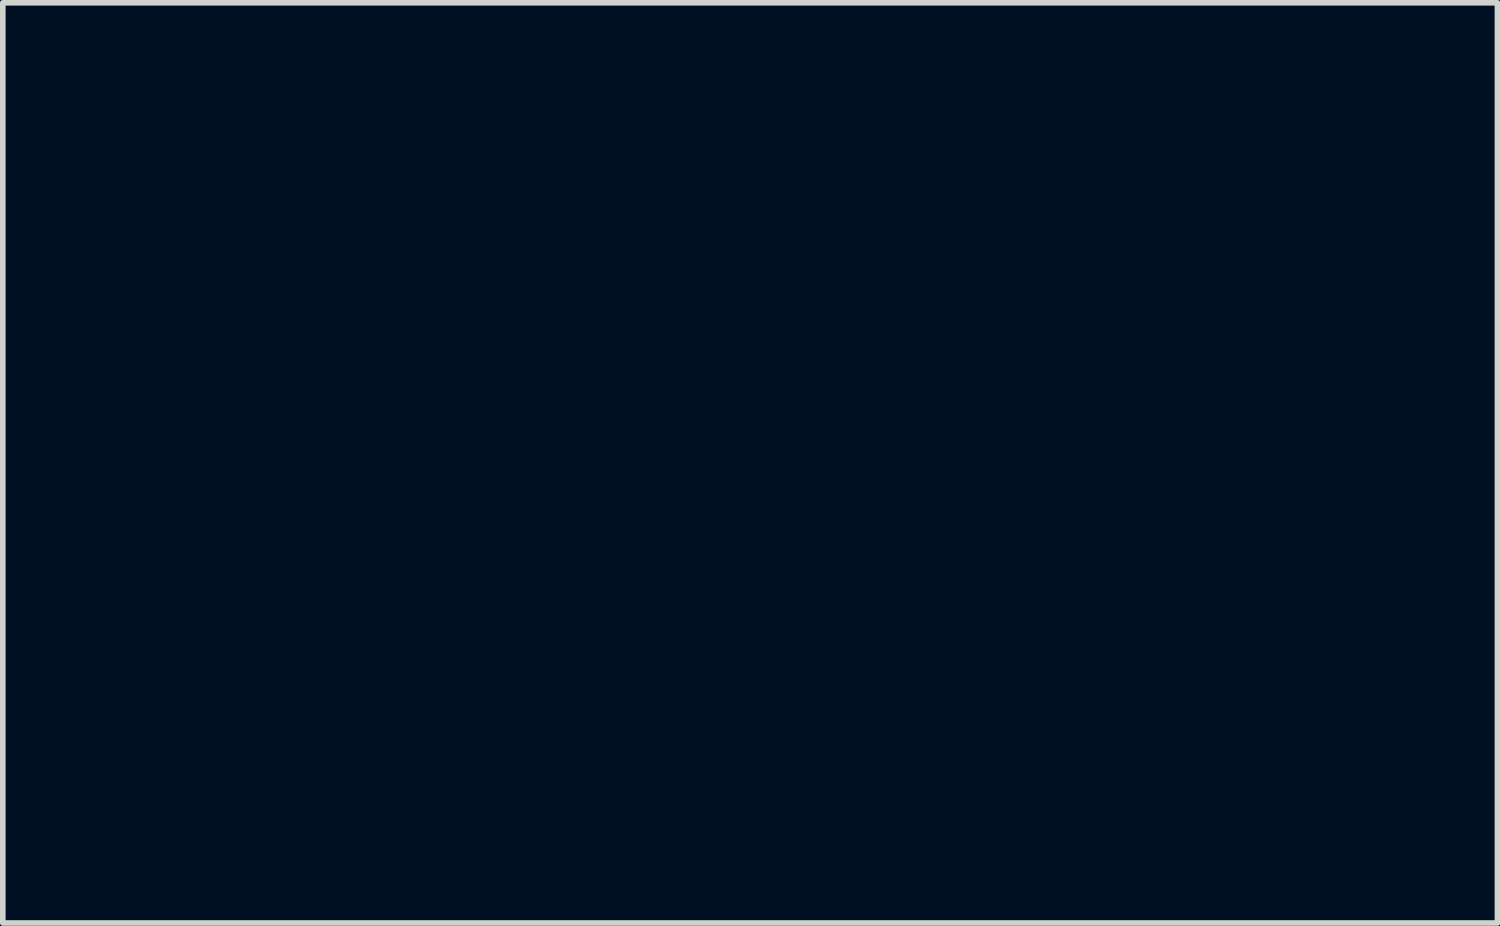
<source format=kicad_pcb>
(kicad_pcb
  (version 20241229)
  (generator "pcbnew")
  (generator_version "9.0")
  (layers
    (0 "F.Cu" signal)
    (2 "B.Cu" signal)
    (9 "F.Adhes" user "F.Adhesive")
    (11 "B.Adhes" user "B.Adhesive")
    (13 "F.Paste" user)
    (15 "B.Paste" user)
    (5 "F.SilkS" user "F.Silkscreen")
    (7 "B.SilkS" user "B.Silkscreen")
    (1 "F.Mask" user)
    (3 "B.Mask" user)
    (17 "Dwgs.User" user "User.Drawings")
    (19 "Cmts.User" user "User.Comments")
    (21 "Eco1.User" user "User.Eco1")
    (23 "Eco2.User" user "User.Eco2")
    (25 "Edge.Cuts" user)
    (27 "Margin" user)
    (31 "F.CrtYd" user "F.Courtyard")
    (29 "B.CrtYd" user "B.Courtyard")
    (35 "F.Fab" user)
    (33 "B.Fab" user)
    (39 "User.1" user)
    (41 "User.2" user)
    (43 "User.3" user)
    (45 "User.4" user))
  (footprint "skin_popn_teacup"
    (layer "F.Cu")
    (at 10.312 6.498)
    (property "Reference" "skin_popn_teacup" (at 0 -5.08 0) (layer "F.Mask") (effects (font (size 1.524 1.524) (thickness 0.3))))
    (attr through_hole)
    (fp_poly (pts (xy 0.039 -2.688) (xy 0.526 -2.67) (xy 0.726 -2.659) (xy 0.873 -2.646) (xy 1.058 -2.625) (xy 1.232 -2.601) (xy 1.394 -2.576) (xy 1.544 -2.548) (xy 1.682 -2.519) (xy 1.747 -2.504) (xy 1.808 -2.488) (xy 1.867 -2.472) (xy 1.922 -2.456) (xy 1.975 -2.439) (xy 2.024 -2.421) (xy 2.07 -2.404) (xy 2.113 -2.386) (xy 2.152 -2.367) (xy 2.189 -2.349) (xy 2.222 -2.329) (xy 2.252 -2.31) (xy 2.278 -2.29) (xy 2.302 -2.27) (xy 2.322 -2.25) (xy 2.338 -2.229) (xy 2.352 -2.208) (xy 2.361 -2.187) (xy 2.368 -2.165) (xy 2.371 -2.143) (xy 2.37 -2.121) (xy 2.366 -2.098) (xy 2.362 -2.086) (xy 2.356 -2.074) (xy 2.339 -2.05) (xy 2.315 -2.025) (xy 2.284 -1.999) (xy 2.247 -1.974) (xy 2.204 -1.949) (xy 2.155 -1.923) (xy 2.101 -1.898) (xy 2.041 -1.874) (xy 1.978 -1.85) (xy 1.909 -1.827) (xy 1.837 -1.805) (xy 1.761 -1.784) (xy 1.682 -1.764) (xy 1.6 -1.746) (xy 1.515 -1.729) (xy 1.284 -1.691) (xy 1.04 -1.658) (xy 0.787 -1.632) (xy 0.527 -1.613) (xy 0.262 -1.599) (xy -0.007 -1.591) (xy -0.276 -1.589) (xy -0.544 -1.594) (xy -0.807 -1.604) (xy -1.065 -1.62) (xy -1.315 -1.641) (xy -1.554 -1.669) (xy -1.78 -1.702) (xy -1.991 -1.741) (xy -2.185 -1.785) (xy -2.36 -1.835) (xy -2.406 -1.85) (xy -2.45 -1.865) (xy -2.492 -1.88) (xy -2.531 -1.896) (xy -2.567 -1.912) (xy -2.601 -1.927) (xy -2.632 -1.943) (xy -2.66 -1.959) (xy -2.686 -1.976) (xy -2.71 -1.992) (xy -2.731 -2.008) (xy -2.749 -2.024) (xy -2.765 -2.041) (xy -2.778 -2.058) (xy -2.789 -2.074) (xy -2.797 -2.091) (xy -2.803 -2.108) (xy -2.806 -2.125) (xy -2.806 -2.142) (xy -2.804 -2.158) (xy -2.8 -2.176) (xy -2.792 -2.193) (xy -2.783 -2.21) (xy -2.77 -2.227) (xy -2.755 -2.244) (xy -2.738 -2.261) (xy -2.717 -2.278) (xy -2.695 -2.296) (xy -2.669 -2.313) (xy -2.641 -2.33) (xy -2.611 -2.347) (xy -2.578 -2.364) (xy -2.514 -2.394) (xy -2.445 -2.423) (xy -2.37 -2.45) (xy -2.288 -2.475) (xy -2.106 -2.523) (xy -1.897 -2.565) (xy -1.66 -2.603) (xy -1.394 -2.636) (xy -1.096 -2.665) (xy -0.766 -2.69) (xy -0.632 -2.695) (xy -0.441 -2.696)) (stroke (width 0.013) (type solid)) (fill yes) (layer "F.Mask"))
    (fp_poly (pts (xy -2.261 -0.77) (xy -2.234 -0.767) (xy -2.208 -0.763) (xy -2.182 -0.756) (xy -2.157 -0.749) (xy -2.132 -0.739) (xy -2.108 -0.729) (xy -2.085 -0.717) (xy -2.062 -0.704) (xy -2.04 -0.69) (xy -2.019 -0.674) (xy -1.999 -0.657) (xy -1.979 -0.639) (xy -1.961 -0.62) (xy -1.944 -0.601) (xy -1.928 -0.58) (xy -1.913 -0.558) (xy -1.899 -0.535) (xy -1.887 -0.511) (xy -1.876 -0.487) (xy -1.867 -0.462) (xy -1.859 -0.436) (xy -1.853 -0.409) (xy -1.848 -0.382) (xy -1.845 -0.354) (xy -1.844 -0.326) (xy -1.844 -0.299) (xy -1.845 -0.273) (xy -1.847 -0.249) (xy -1.85 -0.226) (xy -1.854 -0.204) (xy -1.858 -0.183) (xy -1.864 -0.163) (xy -1.87 -0.144) (xy -1.878 -0.125) (xy -1.887 -0.107) (xy -1.897 -0.089) (xy -1.908 -0.072) (xy -1.92 -0.054) (xy -1.934 -0.036) (xy -1.949 -0.019) (xy -1.966 -0.000251) (xy -1.993 0.026) (xy -2.021 0.05) (xy -2.05 0.071) (xy -2.08 0.089) (xy -2.111 0.104) (xy -2.143 0.116) (xy -2.175 0.126) (xy -2.208 0.134) (xy -2.24 0.139) (xy -2.273 0.141) (xy -2.306 0.141) (xy -2.339 0.139) (xy -2.371 0.134) (xy -2.403 0.127) (xy -2.434 0.118) (xy -2.465 0.107) (xy -2.495 0.094) (xy -2.523 0.079) (xy -2.551 0.062) (xy -2.577 0.042) (xy -2.602 0.021) (xy -2.626 -0.001) (xy -2.648 -0.026) (xy -2.668 -0.052) (xy -2.686 -0.08) (xy -2.702 -0.11) (xy -2.716 -0.141) (xy -2.727 -0.173) (xy -2.736 -0.207) (xy -2.743 -0.242) (xy -2.747 -0.279) (xy -2.747 -0.317) (xy -2.747 -0.335) (xy -2.746 -0.354) (xy -2.744 -0.372) (xy -2.742 -0.39) (xy -2.738 -0.407) (xy -2.735 -0.424) (xy -2.731 -0.441) (xy -2.726 -0.458) (xy -2.72 -0.475) (xy -2.714 -0.491) (xy -2.708 -0.506) (xy -2.701 -0.522) (xy -2.693 -0.537) (xy -2.685 -0.552) (xy -2.676 -0.566) (xy -2.666 -0.58) (xy -2.656 -0.594) (xy -2.646 -0.607) (xy -2.635 -0.62) (xy -2.624 -0.632) (xy -2.612 -0.644) (xy -2.599 -0.656) (xy -2.586 -0.667) (xy -2.573 -0.678) (xy -2.559 -0.688) (xy -2.545 -0.697) (xy -2.53 -0.707) (xy -2.515 -0.716) (xy -2.499 -0.724) (xy -2.483 -0.732) (xy -2.466 -0.739) (xy -2.449 -0.745) (xy -2.422 -0.754) (xy -2.395 -0.762) (xy -2.368 -0.767) (xy -2.341 -0.77) (xy -2.314 -0.772) (xy -2.287 -0.772)) (stroke (width 0.013) (type solid)) (fill yes) (layer "F.Mask"))
    (fp_poly (pts (xy 1.873 -0.772) (xy 1.902 -0.77) (xy 1.931 -0.766) (xy 1.959 -0.76) (xy 1.986 -0.752) (xy 2.013 -0.743) (xy 2.04 -0.732) (xy 2.065 -0.72) (xy 2.09 -0.706) (xy 2.114 -0.691) (xy 2.138 -0.674) (xy 2.16 -0.656) (xy 2.181 -0.637) (xy 2.201 -0.617) (xy 2.219 -0.596) (xy 2.237 -0.574) (xy 2.253 -0.55) (xy 2.267 -0.526) (xy 2.28 -0.501) (xy 2.292 -0.476) (xy 2.302 -0.449) (xy 2.31 -0.422) (xy 2.316 -0.395) (xy 2.32 -0.367) (xy 2.323 -0.338) (xy 2.323 -0.309) (xy 2.322 -0.28) (xy 2.318 -0.25) (xy 2.314 -0.228) (xy 2.308 -0.206) (xy 2.302 -0.185) (xy 2.295 -0.164) (xy 2.287 -0.143) (xy 2.278 -0.124) (xy 2.268 -0.104) (xy 2.258 -0.086) (xy 2.247 -0.068) (xy 2.235 -0.05) (xy 2.222 -0.034) (xy 2.209 -0.018) (xy 2.194 -0.002) (xy 2.18 0.012) (xy 2.164 0.026) (xy 2.148 0.04) (xy 2.132 0.052) (xy 2.114 0.064) (xy 2.097 0.075) (xy 2.078 0.085) (xy 2.06 0.094) (xy 2.04 0.102) (xy 2.021 0.11) (xy 2.001 0.116) (xy 1.98 0.122) (xy 1.959 0.127) (xy 1.938 0.131) (xy 1.916 0.134) (xy 1.894 0.136) (xy 1.872 0.136) (xy 1.85 0.136) (xy 1.827 0.135) (xy 1.8 0.132) (xy 1.775 0.129) (xy 1.75 0.124) (xy 1.726 0.118) (xy 1.704 0.112) (xy 1.682 0.103) (xy 1.661 0.094) (xy 1.64 0.083) (xy 1.62 0.071) (xy 1.601 0.057) (xy 1.582 0.042) (xy 1.563 0.025) (xy 1.544 0.007) (xy 1.525 -0.014) (xy 1.507 -0.036) (xy 1.488 -0.06) (xy 1.472 -0.082) (xy 1.459 -0.106) (xy 1.447 -0.133) (xy 1.436 -0.16) (xy 1.428 -0.189) (xy 1.421 -0.219) (xy 1.416 -0.25) (xy 1.413 -0.282) (xy 1.412 -0.313) (xy 1.413 -0.345) (xy 1.415 -0.377) (xy 1.419 -0.407) (xy 1.426 -0.438) (xy 1.434 -0.467) (xy 1.444 -0.495) (xy 1.456 -0.521) (xy 1.466 -0.54) (xy 1.478 -0.559) (xy 1.492 -0.578) (xy 1.506 -0.597) (xy 1.521 -0.615) (xy 1.538 -0.632) (xy 1.555 -0.649) (xy 1.573 -0.665) (xy 1.591 -0.68) (xy 1.61 -0.695) (xy 1.629 -0.708) (xy 1.649 -0.72) (xy 1.668 -0.731) (xy 1.688 -0.74) (xy 1.707 -0.748) (xy 1.726 -0.755) (xy 1.756 -0.762) (xy 1.785 -0.768) (xy 1.815 -0.771) (xy 1.844 -0.773)) (stroke (width 0.013) (type solid)) (fill yes) (layer "F.Mask"))
    (fp_poly (pts (xy 4.156 -0.532) (xy 4.191 -0.53) (xy 4.226 -0.526) (xy 4.26 -0.521) (xy 4.294 -0.514) (xy 4.328 -0.506) (xy 4.36 -0.497) (xy 4.393 -0.487) (xy 4.424 -0.475) (xy 4.455 -0.461) (xy 4.485 -0.447) (xy 4.514 -0.432) (xy 4.543 -0.415) (xy 4.57 -0.397) (xy 4.597 -0.378) (xy 4.623 -0.357) (xy 4.647 -0.336) (xy 4.671 -0.314) (xy 4.693 -0.29) (xy 4.714 -0.266) (xy 4.734 -0.241) (xy 4.753 -0.214) (xy 4.77 -0.187) (xy 4.786 -0.159) (xy 4.8 -0.13) (xy 4.813 -0.1) (xy 4.824 -0.069) (xy 4.831 -0.046) (xy 4.837 -0.02) (xy 4.842 0.01) (xy 4.845 0.043) (xy 4.848 0.078) (xy 4.85 0.115) (xy 4.851 0.154) (xy 4.851 0.194) (xy 4.85 0.235) (xy 4.848 0.275) (xy 4.845 0.315) (xy 4.841 0.355) (xy 4.837 0.393) (xy 4.831 0.429) (xy 4.825 0.463) (xy 4.817 0.495) (xy 4.801 0.553) (xy 4.783 0.609) (xy 4.763 0.662) (xy 4.741 0.712) (xy 4.717 0.759) (xy 4.692 0.803) (xy 4.664 0.845) (xy 4.635 0.884) (xy 4.603 0.921) (xy 4.57 0.955) (xy 4.535 0.986) (xy 4.497 1.015) (xy 4.458 1.041) (xy 4.416 1.065) (xy 4.372 1.086) (xy 4.327 1.105) (xy 4.288 1.119) (xy 4.271 1.125) (xy 4.253 1.129) (xy 4.236 1.134) (xy 4.219 1.137) (xy 4.202 1.14) (xy 4.184 1.142) (xy 4.166 1.144) (xy 4.146 1.145) (xy 4.125 1.146) (xy 4.102 1.146) (xy 4.052 1.144) (xy 3.992 1.142) (xy 3.949 1.139) (xy 3.907 1.135) (xy 3.864 1.129) (xy 3.822 1.123) (xy 3.781 1.116) (xy 3.738 1.107) (xy 3.696 1.098) (xy 3.654 1.087) (xy 3.611 1.074) (xy 3.567 1.061) (xy 3.523 1.046) (xy 3.478 1.029) (xy 3.432 1.012) (xy 3.385 0.992) (xy 3.288 0.949) (xy 3.267 0.939) (xy 3.247 0.93) (xy 3.229 0.92) (xy 3.212 0.911) (xy 3.196 0.903) (xy 3.181 0.894) (xy 3.167 0.886) (xy 3.155 0.878) (xy 3.145 0.871) (xy 3.135 0.864) (xy 3.131 0.86) (xy 3.127 0.857) (xy 3.124 0.854) (xy 3.121 0.851) (xy 3.118 0.848) (xy 3.116 0.845) (xy 3.114 0.842) (xy 3.112 0.839) (xy 3.111 0.837) (xy 3.11 0.834) (xy 3.109 0.832) (xy 3.109 0.83) (xy 3.109 0.825) (xy 3.11 0.819) (xy 3.113 0.804) (xy 3.117 0.784) (xy 3.122 0.76) (xy 3.129 0.734) (xy 3.137 0.705) (xy 3.146 0.675) (xy 3.155 0.644) (xy 3.166 0.606) (xy 3.179 0.553) (xy 3.211 0.417) (xy 3.247 0.254) (xy 3.283 0.082) (xy 3.3 -0.001) (xy 3.318 -0.079) (xy 3.334 -0.151) (xy 3.349 -0.214) (xy 3.363 -0.267) (xy 3.375 -0.308) (xy 3.38 -0.323) (xy 3.384 -0.335) (xy 3.388 -0.343) (xy 3.39 -0.345) (xy 3.391 -0.347) (xy 3.402 -0.352) (xy 3.42 -0.36) (xy 3.473 -0.379) (xy 3.544 -0.402) (xy 3.626 -0.428) (xy 3.713 -0.453) (xy 3.798 -0.478) (xy 3.877 -0.499) (xy 3.941 -0.514) (xy 3.977 -0.521) (xy 4.014 -0.526) (xy 4.049 -0.53) (xy 4.085 -0.532) (xy 4.121 -0.533)) (stroke (width 0.013) (type solid)) (fill yes) (layer "F.Mask"))
    (fp_poly (pts (xy 1.064 0.789) (xy 1.085 0.791) (xy 1.107 0.794) (xy 1.128 0.798) (xy 1.148 0.803) (xy 1.168 0.809) (xy 1.187 0.815) (xy 1.205 0.823) (xy 1.221 0.832) (xy 1.236 0.841) (xy 1.263 0.864) (xy 1.288 0.888) (xy 1.299 0.9) (xy 1.31 0.913) (xy 1.32 0.926) (xy 1.329 0.94) (xy 1.338 0.953) (xy 1.346 0.967) (xy 1.354 0.981) (xy 1.36 0.995) (xy 1.366 1.01) (xy 1.371 1.025) (xy 1.376 1.039) (xy 1.38 1.055) (xy 1.383 1.07) (xy 1.385 1.085) (xy 1.387 1.101) (xy 1.388 1.116) (xy 1.388 1.132) (xy 1.388 1.148) (xy 1.387 1.164) (xy 1.385 1.18) (xy 1.382 1.196) (xy 1.379 1.212) (xy 1.375 1.228) (xy 1.37 1.244) (xy 1.358 1.277) (xy 1.343 1.309) (xy 1.322 1.346) (xy 1.295 1.385) (xy 1.263 1.425) (xy 1.226 1.466) (xy 1.185 1.508) (xy 1.14 1.55) (xy 1.092 1.592) (xy 1.041 1.634) (xy 0.988 1.675) (xy 0.933 1.714) (xy 0.876 1.752) (xy 0.819 1.788) (xy 0.761 1.822) (xy 0.703 1.853) (xy 0.645 1.881) (xy 0.589 1.905) (xy 0.486 1.945) (xy 0.438 1.962) (xy 0.392 1.978) (xy 0.347 1.991) (xy 0.303 2.003) (xy 0.259 2.013) (xy 0.215 2.022) (xy 0.171 2.03) (xy 0.125 2.036) (xy 0.078 2.041) (xy 0.03 2.045) (xy -0.021 2.047) (xy -0.075 2.049) (xy -0.193 2.05) (xy -0.264 2.049) (xy -0.333 2.046) (xy -0.4 2.042) (xy -0.465 2.036) (xy -0.528 2.028) (xy -0.59 2.019) (xy -0.651 2.008) (xy -0.712 1.994) (xy -0.771 1.979) (xy -0.831 1.962) (xy -0.89 1.943) (xy -0.95 1.922) (xy -1.01 1.898) (xy -1.071 1.872) (xy -1.134 1.844) (xy -1.197 1.814) (xy -1.277 1.772) (xy -1.353 1.727) (xy -1.422 1.681) (xy -1.487 1.634) (xy -1.517 1.609) (xy -1.546 1.584) (xy -1.573 1.56) (xy -1.599 1.534) (xy -1.623 1.509) (xy -1.646 1.483) (xy -1.667 1.457) (xy -1.687 1.431) (xy -1.705 1.405) (xy -1.721 1.379) (xy -1.736 1.353) (xy -1.749 1.327) (xy -1.761 1.301) (xy -1.77 1.275) (xy -1.778 1.249) (xy -1.785 1.224) (xy -1.789 1.198) (xy -1.792 1.173) (xy -1.793 1.148) (xy -1.791 1.123) (xy -1.789 1.098) (xy -1.784 1.074) (xy -1.777 1.05) (xy -1.768 1.027) (xy -1.759 1.008) (xy -1.748 0.989) (xy -1.736 0.972) (xy -1.722 0.955) (xy -1.707 0.939) (xy -1.691 0.925) (xy -1.674 0.911) (xy -1.656 0.899) (xy -1.637 0.888) (xy -1.617 0.879) (xy -1.597 0.87) (xy -1.575 0.863) (xy -1.553 0.858) (xy -1.531 0.854) (xy -1.507 0.851) (xy -1.484 0.85) (xy -1.459 0.851) (xy -1.436 0.852) (xy -1.414 0.854) (xy -1.393 0.857) (xy -1.374 0.862) (xy -1.354 0.868) (xy -1.335 0.876) (xy -1.315 0.886) (xy -1.294 0.898) (xy -1.272 0.913) (xy -1.248 0.931) (xy -1.222 0.951) (xy -1.194 0.975) (xy -1.164 1.001) (xy -1.092 1.066) (xy -1.052 1.101) (xy -1.015 1.133) (xy -0.979 1.162) (xy -0.944 1.189) (xy -0.91 1.212) (xy -0.876 1.233) (xy -0.842 1.252) (xy -0.808 1.269) (xy -0.773 1.284) (xy -0.737 1.297) (xy -0.698 1.309) (xy -0.658 1.32) (xy -0.615 1.33) (xy -0.569 1.339) (xy -0.519 1.347) (xy -0.466 1.355) (xy -0.377 1.365) (xy -0.291 1.371) (xy -0.206 1.373) (xy -0.123 1.37) (xy -0.042 1.363) (xy 0.037 1.352) (xy 0.114 1.336) (xy 0.19 1.316) (xy 0.263 1.292) (xy 0.334 1.264) (xy 0.404 1.231) (xy 0.471 1.194) (xy 0.536 1.153) (xy 0.599 1.107) (xy 0.661 1.058) (xy 0.72 1.004) (xy 0.756 0.969) (xy 0.792 0.936) (xy 0.827 0.905) (xy 0.858 0.876) (xy 0.887 0.852) (xy 0.911 0.831) (xy 0.929 0.816) (xy 0.936 0.811) (xy 0.942 0.807) (xy 0.948 0.804) (xy 0.955 0.801) (xy 0.97 0.796) (xy 0.986 0.792) (xy 1.004 0.789) (xy 1.023 0.788) (xy 1.043 0.788)) (stroke (width 0.013) (type solid)) (fill yes) (layer "F.Mask"))
    (fp_poly (pts (xy 0.004 -3.792) (xy 0.615 -3.78) (xy 0.869 -3.77) (xy 1.068 -3.759) (xy 1.302 -3.738) (xy 1.526 -3.715) (xy 1.741 -3.688) (xy 1.946 -3.659) (xy 2.142 -3.626) (xy 2.328 -3.589) (xy 2.504 -3.55) (xy 2.67 -3.508) (xy 2.827 -3.462) (xy 2.973 -3.414) (xy 3.108 -3.362) (xy 3.234 -3.307) (xy 3.349 -3.25) (xy 3.453 -3.189) (xy 3.547 -3.126) (xy 3.63 -3.059) (xy 3.67 -3.021) (xy 3.711 -2.978) (xy 3.753 -2.929) (xy 3.794 -2.877) (xy 3.836 -2.82) (xy 3.877 -2.761) (xy 3.917 -2.699) (xy 3.955 -2.636) (xy 3.992 -2.57) (xy 4.027 -2.505) (xy 4.06 -2.439) (xy 4.09 -2.373) (xy 4.117 -2.308) (xy 4.141 -2.245) (xy 4.161 -2.184) (xy 4.178 -2.126) (xy 4.214 -1.977) (xy 4.425 -1.963) (xy 4.532 -1.953) (xy 4.637 -1.939) (xy 4.739 -1.919) (xy 4.839 -1.895) (xy 4.937 -1.866) (xy 5.031 -1.833) (xy 5.123 -1.795) (xy 5.211 -1.753) (xy 5.296 -1.706) (xy 5.377 -1.656) (xy 5.455 -1.601) (xy 5.529 -1.543) (xy 5.598 -1.48) (xy 5.663 -1.414) (xy 5.724 -1.344) (xy 5.78 -1.271) (xy 5.833 -1.193) (xy 5.881 -1.112) (xy 5.925 -1.027) (xy 5.966 -0.939) (xy 6.002 -0.847) (xy 6.035 -0.752) (xy 6.063 -0.654) (xy 6.088 -0.553) (xy 6.108 -0.448) (xy 6.125 -0.342) (xy 6.137 -0.232) (xy 6.145 -0.12) (xy 6.149 -0.005) (xy 6.149 0.112) (xy 6.144 0.231) (xy 6.136 0.353) (xy 6.122 0.485) (xy 6.104 0.613) (xy 6.082 0.738) (xy 6.056 0.859) (xy 6.025 0.976) (xy 5.99 1.09) (xy 5.951 1.199) (xy 5.908 1.305) (xy 5.861 1.408) (xy 5.809 1.506) (xy 5.753 1.601) (xy 5.694 1.691) (xy 5.63 1.778) (xy 5.562 1.861) (xy 5.49 1.94) (xy 5.414 2.015) (xy 5.313 2.103) (xy 5.206 2.184) (xy 5.095 2.257) (xy 4.98 2.323) (xy 4.86 2.38) (xy 4.737 2.431) (xy 4.611 2.473) (xy 4.482 2.507) (xy 4.35 2.533) (xy 4.217 2.552) (xy 4.083 2.561) (xy 3.948 2.563) (xy 3.812 2.556) (xy 3.677 2.54) (xy 3.541 2.516) (xy 3.407 2.483) (xy 3.26 2.44) (xy 3.155 2.602) (xy 3.1 2.682) (xy 3.041 2.76) (xy 2.979 2.836) (xy 2.912 2.909) (xy 2.843 2.981) (xy 2.769 3.05) (xy 2.692 3.117) (xy 2.612 3.181) (xy 2.528 3.243) (xy 2.442 3.302) (xy 2.352 3.359) (xy 2.259 3.413) (xy 2.163 3.464) (xy 2.065 3.512) (xy 1.963 3.557) (xy 1.859 3.6) (xy 1.722 3.651) (xy 1.582 3.696) (xy 1.438 3.737) (xy 1.291 3.773) (xy 1.139 3.804) (xy 0.982 3.829) (xy 0.819 3.85) (xy 0.651 3.867) (xy 0.476 3.878) (xy 0.293 3.885) (xy 0.103 3.887) (xy -0.095 3.885) (xy -0.52 3.866) (xy -0.984 3.829) (xy -1.123 3.815) (xy -1.26 3.798) (xy -1.394 3.779) (xy -1.526 3.758) (xy -1.655 3.734) (xy -1.78 3.708) (xy -1.903 3.68) (xy -2.021 3.65) (xy -2.136 3.618) (xy -2.246 3.585) (xy -2.351 3.549) (xy -2.452 3.512) (xy -2.547 3.473) (xy -2.638 3.433) (xy -2.722 3.391) (xy -2.8 3.348) (xy -2.835 3.325) (xy -2.875 3.296) (xy -2.92 3.261) (xy -2.968 3.22) (xy -3.019 3.174) (xy -3.073 3.125) (xy -3.184 3.017) (xy -3.296 2.903) (xy -3.401 2.788) (xy -3.449 2.733) (xy -3.494 2.679) (xy -3.534 2.629) (xy -3.568 2.582) (xy -3.648 2.466) (xy -3.725 2.348) (xy -3.799 2.229) (xy -3.869 2.107) (xy -3.937 1.984) (xy -4.001 1.86) (xy -4.062 1.734) (xy -4.12 1.607) (xy -4.174 1.478) (xy -4.225 1.348) (xy -4.273 1.218) (xy -4.317 1.086) (xy -4.358 0.954) (xy -4.395 0.821) (xy -4.428 0.687) (xy -4.458 0.552) (xy -4.48 0.438) (xy -4.504 0.289) (xy -4.555 -0.074) (xy -4.604 -0.474) (xy -4.642 -0.844) (xy -4.654 -1.017) (xy -4.661 -1.202) (xy -4.661 -1.205) (xy -3.856 -1.205) (xy -3.843 -0.947) (xy -3.816 -0.674) (xy -3.777 -0.39) (xy -3.726 -0.1) (xy -3.664 0.194) (xy -3.593 0.486) (xy -3.512 0.774) (xy -3.424 1.053) (xy -3.328 1.319) (xy -3.225 1.569) (xy -3.118 1.798) (xy -3.006 2.002) (xy -2.89 2.178) (xy -2.837 2.246) (xy -2.779 2.311) (xy -2.717 2.374) (xy -2.65 2.434) (xy -2.579 2.492) (xy -2.504 2.547) (xy -2.425 2.6) (xy -2.342 2.65) (xy -2.256 2.696) (xy -2.166 2.74) (xy -2.073 2.781) (xy -1.976 2.819) (xy -1.876 2.853) (xy -1.774 2.885) (xy -1.668 2.913) (xy -1.56 2.937) (xy -1.41 2.966) (xy -1.267 2.989) (xy -1.123 3.007) (xy -0.97 3.021) (xy -0.799 3.03) (xy -0.603 3.036) (xy -0.373 3.039) (xy -0.101 3.04) (xy 0.186 3.039) (xy 0.427 3.035) (xy 0.533 3.031) (xy 0.63 3.027) (xy 0.72 3.021) (xy 0.804 3.014) (xy 0.883 3.006) (xy 0.957 2.996) (xy 1.029 2.985) (xy 1.099 2.972) (xy 1.168 2.957) (xy 1.238 2.94) (xy 1.309 2.921) (xy 1.382 2.9) (xy 1.452 2.879) (xy 1.522 2.854) (xy 1.593 2.826) (xy 1.663 2.796) (xy 1.733 2.763) (xy 1.803 2.727) (xy 1.871 2.69) (xy 1.938 2.651) (xy 2.003 2.61) (xy 2.066 2.568) (xy 2.126 2.525) (xy 2.184 2.48) (xy 2.238 2.435) (xy 2.29 2.388) (xy 2.337 2.342) (xy 2.38 2.295) (xy 2.401 2.269) (xy 2.426 2.238) (xy 2.48 2.162) (xy 2.54 2.072) (xy 2.603 1.974) (xy 2.664 1.872) (xy 2.722 1.772) (xy 2.773 1.678) (xy 2.813 1.596) (xy 2.824 1.572) (xy 2.835 1.55) (xy 2.845 1.53) (xy 2.854 1.511) (xy 2.861 1.496) (xy 2.868 1.484) (xy 2.872 1.476) (xy 2.874 1.473) (xy 2.875 1.472) (xy 2.875 1.471) (xy 2.876 1.471) (xy 2.876 1.47) (xy 2.877 1.47) (xy 2.879 1.47) (xy 2.882 1.47) (xy 2.885 1.471) (xy 2.889 1.471) (xy 2.893 1.473) (xy 2.897 1.474) (xy 2.902 1.476) (xy 2.908 1.478) (xy 2.913 1.481) (xy 2.919 1.484) (xy 2.925 1.487) (xy 2.931 1.49) (xy 2.937 1.493) (xy 2.944 1.497) (xy 2.991 1.524) (xy 3.043 1.549) (xy 3.098 1.574) (xy 3.155 1.598) (xy 3.216 1.62) (xy 3.278 1.641) (xy 3.343 1.66) (xy 3.408 1.678) (xy 3.475 1.694) (xy 3.542 1.708) (xy 3.609 1.721) (xy 3.677 1.731) (xy 3.743 1.74) (xy 3.808 1.746) (xy 3.872 1.75) (xy 3.934 1.752) (xy 4.01 1.751) (xy 4.083 1.746) (xy 4.154 1.739) (xy 4.224 1.728) (xy 4.291 1.714) (xy 4.357 1.697) (xy 4.421 1.676) (xy 4.484 1.652) (xy 4.546 1.624) (xy 4.606 1.593) (xy 4.665 1.558) (xy 4.723 1.52) (xy 4.78 1.478) (xy 4.837 1.432) (xy 4.893 1.383) (xy 4.948 1.33) (xy 5.001 1.274) (xy 5.051 1.216) (xy 5.097 1.157) (xy 5.139 1.096) (xy 5.178 1.034) (xy 5.213 0.969) (xy 5.245 0.902) (xy 5.274 0.832) (xy 5.3 0.76) (xy 5.322 0.685) (xy 5.341 0.606) (xy 5.358 0.525) (xy 5.371 0.44) (xy 5.382 0.351) (xy 5.39 0.259) (xy 5.395 0.163) (xy 5.397 0.081) (xy 5.397 0.004) (xy 5.394 -0.07) (xy 5.388 -0.14) (xy 5.38 -0.208) (xy 5.369 -0.272) (xy 5.354 -0.333) (xy 5.337 -0.392) (xy 5.317 -0.448) (xy 5.294 -0.503) (xy 5.267 -0.555) (xy 5.237 -0.606) (xy 5.204 -0.656) (xy 5.167 -0.704) (xy 5.127 -0.752) (xy 5.083 -0.798) (xy 5.017 -0.86) (xy 4.947 -0.917) (xy 4.873 -0.966) (xy 4.795 -1.01) (xy 4.713 -1.047) (xy 4.627 -1.078) (xy 4.539 -1.103) (xy 4.447 -1.121) (xy 4.352 -1.133) (xy 4.254 -1.138) (xy 4.154 -1.137) (xy 4.052 -1.13) (xy 3.947 -1.116) (xy 3.841 -1.095) (xy 3.732 -1.068) (xy 3.623 -1.034) (xy 3.432 -0.97) (xy 3.446 -1.271) (xy 3.449 -1.352) (xy 3.449 -1.431) (xy 3.448 -1.507) (xy 3.444 -1.581) (xy 3.439 -1.652) (xy 3.432 -1.721) (xy 3.422 -1.786) (xy 3.411 -1.849) (xy 3.399 -1.908) (xy 3.384 -1.965) (xy 3.367 -2.018) (xy 3.349 -2.069) (xy 3.329 -2.116) (xy 3.307 -2.159) (xy 3.283 -2.199) (xy 3.258 -2.236) (xy 3.23 -2.27) (xy 3.198 -2.303) (xy 3.162 -2.337) (xy 3.122 -2.371) (xy 3.079 -2.404) (xy 3.033 -2.437) (xy 2.983 -2.469) (xy 2.93 -2.501) (xy 2.874 -2.533) (xy 2.816 -2.563) (xy 2.755 -2.593) (xy 2.692 -2.621) (xy 2.627 -2.648) (xy 2.56 -2.674) (xy 2.491 -2.699) (xy 2.421 -2.722) (xy 2.242 -2.774) (xy 2.051 -2.82) (xy 1.846 -2.859) (xy 1.624 -2.894) (xy 1.384 -2.922) (xy 1.123 -2.946) (xy 0.838 -2.965) (xy 0.529 -2.979) (xy 0.108 -2.993) (xy -0.033 -2.997) (xy -0.078 -2.998) (xy -0.101 -2.997) (xy -0.331 -2.99) (xy -0.801 -2.977) (xy -1.051 -2.969) (xy -1.286 -2.959) (xy -1.506 -2.947) (xy -1.713 -2.932) (xy -1.906 -2.914) (xy -2.087 -2.893) (xy -2.255 -2.87) (xy -2.413 -2.843) (xy -2.559 -2.813) (xy -2.696 -2.78) (xy -2.822 -2.744) (xy -2.941 -2.704) (xy -3.05 -2.66) (xy -3.153 -2.613) (xy -3.248 -2.562) (xy -3.337 -2.507) (xy -3.383 -2.475) (xy -3.426 -2.442) (xy -3.467 -2.408) (xy -3.506 -2.373) (xy -3.543 -2.337) (xy -3.578 -2.299) (xy -3.61 -2.26) (xy -3.64 -2.22) (xy -3.668 -2.178) (xy -3.694 -2.136) (xy -3.718 -2.092) (xy -3.74 -2.046) (xy -3.759 -1.999) (xy -3.776 -1.951) (xy -3.791 -1.902) (xy -3.805 -1.851) (xy -3.837 -1.661) (xy -3.854 -1.444) (xy -3.856 -1.205) (xy -4.661 -1.205) (xy -4.662 -1.392) (xy -4.658 -1.579) (xy -4.65 -1.758) (xy -4.637 -1.92) (xy -4.629 -1.992) (xy -4.619 -2.058) (xy -4.609 -2.116) (xy -4.598 -2.165) (xy -4.577 -2.24) (xy -4.553 -2.313) (xy -4.526 -2.385) (xy -4.497 -2.454) (xy -4.465 -2.521) (xy -4.43 -2.586) (xy -4.393 -2.649) (xy -4.353 -2.71) (xy -4.31 -2.769) (xy -4.266 -2.825) (xy -4.218 -2.879) (xy -4.168 -2.931) (xy -4.116 -2.98) (xy -4.061 -3.028) (xy -4.004 -3.072) (xy -3.944 -3.114) (xy -3.824 -3.191) (xy -3.699 -3.263) (xy -3.57 -3.33) (xy -3.436 -3.391) (xy -3.295 -3.448) (xy -3.149 -3.499) (xy -2.995 -3.546) (xy -2.833 -3.589) (xy -2.663 -3.627) (xy -2.484 -3.661) (xy -2.295 -3.69) (xy -2.097 -3.716) (xy -1.887 -3.738) (xy -1.666 -3.756) (xy -1.188 -3.781) (xy -0.933 -3.789) (xy -0.639 -3.792)) (stroke (width 0.013) (type solid)) (fill yes) (layer "F.Mask"))
    (fp_poly (pts (xy 0.034 -2.706) (xy 0.521 -2.689) (xy 0.722 -2.677) (xy 0.869 -2.665) (xy 1.054 -2.643) (xy 1.227 -2.62) (xy 1.389 -2.594) (xy 1.539 -2.567) (xy 1.678 -2.538) (xy 1.742 -2.522) (xy 1.804 -2.507) (xy 1.862 -2.491) (xy 1.918 -2.474) (xy 1.97 -2.457) (xy 2.019 -2.44) (xy 2.065 -2.422) (xy 2.108 -2.404) (xy 2.148 -2.386) (xy 2.184 -2.367) (xy 2.217 -2.348) (xy 2.247 -2.328) (xy 2.274 -2.309) (xy 2.297 -2.289) (xy 2.317 -2.268) (xy 2.334 -2.247) (xy 2.347 -2.226) (xy 2.357 -2.205) (xy 2.363 -2.183) (xy 2.366 -2.161) (xy 2.366 -2.139) (xy 2.362 -2.117) (xy 2.358 -2.105) (xy 2.352 -2.093) (xy 2.335 -2.068) (xy 2.31 -2.043) (xy 2.28 -2.018) (xy 2.242 -1.992) (xy 2.199 -1.967) (xy 2.15 -1.942) (xy 2.096 -1.917) (xy 2.037 -1.892) (xy 1.973 -1.869) (xy 1.905 -1.846) (xy 1.833 -1.823) (xy 1.757 -1.802) (xy 1.678 -1.783) (xy 1.596 -1.764) (xy 1.511 -1.748) (xy 1.279 -1.709) (xy 1.036 -1.677) (xy 0.783 -1.651) (xy 0.523 -1.631) (xy 0.257 -1.617) (xy -0.011 -1.61) (xy -0.28 -1.608) (xy -0.548 -1.612) (xy -0.812 -1.622) (xy -1.07 -1.638) (xy -1.319 -1.66) (xy -1.558 -1.687) (xy -1.784 -1.72) (xy -1.996 -1.759) (xy -2.19 -1.803) (xy -2.364 -1.853) (xy -2.411 -1.868) (xy -2.455 -1.884) (xy -2.496 -1.899) (xy -2.535 -1.914) (xy -2.571 -1.93) (xy -2.605 -1.946) (xy -2.636 -1.962) (xy -2.665 -1.978) (xy -2.691 -1.994) (xy -2.714 -2.01) (xy -2.735 -2.027) (xy -2.754 -2.043) (xy -2.77 -2.059) (xy -2.783 -2.076) (xy -2.794 -2.093) (xy -2.802 -2.109) (xy -2.807 -2.126) (xy -2.81 -2.143) (xy -2.811 -2.16) (xy -2.809 -2.177) (xy -2.804 -2.194) (xy -2.797 -2.211) (xy -2.787 -2.228) (xy -2.775 -2.245) (xy -2.76 -2.262) (xy -2.742 -2.28) (xy -2.722 -2.297) (xy -2.699 -2.314) (xy -2.674 -2.331) (xy -2.646 -2.348) (xy -2.615 -2.366) (xy -2.582 -2.383) (xy -2.519 -2.413) (xy -2.45 -2.441) (xy -2.374 -2.468) (xy -2.293 -2.494) (xy -2.111 -2.541) (xy -1.902 -2.584) (xy -1.665 -2.621) (xy -1.398 -2.654) (xy -1.101 -2.683) (xy -0.771 -2.708) (xy -0.636 -2.713) (xy -0.445 -2.714)) (stroke (width 0.013) (type solid)) (fill yes) (layer "B.Mask"))
    (fp_poly (pts (xy -2.265 -0.789) (xy -2.239 -0.786) (xy -2.213 -0.781) (xy -2.187 -0.775) (xy -2.162 -0.767) (xy -2.137 -0.758) (xy -2.113 -0.747) (xy -2.089 -0.736) (xy -2.067 -0.722) (xy -2.045 -0.708) (xy -2.023 -0.692) (xy -2.003 -0.676) (xy -1.984 -0.658) (xy -1.965 -0.639) (xy -1.948 -0.619) (xy -1.932 -0.598) (xy -1.917 -0.576) (xy -1.904 -0.553) (xy -1.891 -0.53) (xy -1.881 -0.505) (xy -1.871 -0.48) (xy -1.863 -0.454) (xy -1.857 -0.428) (xy -1.853 -0.4) (xy -1.85 -0.373) (xy -1.848 -0.344) (xy -1.849 -0.317) (xy -1.85 -0.292) (xy -1.852 -0.267) (xy -1.855 -0.244) (xy -1.858 -0.223) (xy -1.863 -0.202) (xy -1.868 -0.182) (xy -1.875 -0.163) (xy -1.882 -0.144) (xy -1.891 -0.126) (xy -1.901 -0.108) (xy -1.912 -0.09) (xy -1.925 -0.073) (xy -1.938 -0.055) (xy -1.954 -0.037) (xy -1.97 -0.019) (xy -1.997 0.008) (xy -2.025 0.031) (xy -2.055 0.052) (xy -2.085 0.07) (xy -2.116 0.085) (xy -2.148 0.098) (xy -2.18 0.108) (xy -2.212 0.115) (xy -2.245 0.12) (xy -2.278 0.123) (xy -2.311 0.123) (xy -2.343 0.12) (xy -2.376 0.116) (xy -2.407 0.109) (xy -2.439 0.1) (xy -2.469 0.089) (xy -2.499 0.076) (xy -2.528 0.06) (xy -2.556 0.043) (xy -2.582 0.024) (xy -2.607 0.003) (xy -2.63 -0.02) (xy -2.652 -0.044) (xy -2.672 -0.071) (xy -2.69 -0.099) (xy -2.707 -0.128) (xy -2.72 -0.159) (xy -2.732 -0.191) (xy -2.741 -0.225) (xy -2.747 -0.261) (xy -2.751 -0.297) (xy -2.752 -0.335) (xy -2.751 -0.354) (xy -2.75 -0.372) (xy -2.748 -0.39) (xy -2.746 -0.408) (xy -2.743 -0.426) (xy -2.739 -0.443) (xy -2.735 -0.46) (xy -2.73 -0.477) (xy -2.725 -0.493) (xy -2.719 -0.509) (xy -2.712 -0.525) (xy -2.705 -0.54) (xy -2.697 -0.555) (xy -2.689 -0.57) (xy -2.68 -0.585) (xy -2.671 -0.599) (xy -2.661 -0.612) (xy -2.651 -0.625) (xy -2.64 -0.638) (xy -2.628 -0.651) (xy -2.616 -0.663) (xy -2.604 -0.674) (xy -2.591 -0.685) (xy -2.578 -0.696) (xy -2.564 -0.706) (xy -2.549 -0.716) (xy -2.534 -0.725) (xy -2.519 -0.734) (xy -2.504 -0.742) (xy -2.487 -0.75) (xy -2.471 -0.757) (xy -2.454 -0.764) (xy -2.427 -0.773) (xy -2.4 -0.78) (xy -2.373 -0.785) (xy -2.346 -0.789) (xy -2.319 -0.79) (xy -2.292 -0.791)) (stroke (width 0.013) (type solid)) (fill yes) (layer "B.Mask"))
    (fp_poly (pts (xy 1.869 -0.791) (xy 1.898 -0.789) (xy 1.926 -0.784) (xy 1.954 -0.778) (xy 1.982 -0.771) (xy 2.009 -0.762) (xy 2.035 -0.751) (xy 2.061 -0.738) (xy 2.086 -0.724) (xy 2.11 -0.709) (xy 2.133 -0.693) (xy 2.155 -0.675) (xy 2.176 -0.656) (xy 2.196 -0.636) (xy 2.215 -0.614) (xy 2.232 -0.592) (xy 2.248 -0.569) (xy 2.263 -0.545) (xy 2.276 -0.52) (xy 2.287 -0.494) (xy 2.297 -0.468) (xy 2.305 -0.441) (xy 2.312 -0.413) (xy 2.316 -0.385) (xy 2.318 -0.356) (xy 2.319 -0.328) (xy 2.317 -0.298) (xy 2.313 -0.269) (xy 2.309 -0.246) (xy 2.304 -0.224) (xy 2.298 -0.203) (xy 2.29 -0.182) (xy 2.282 -0.162) (xy 2.274 -0.142) (xy 2.264 -0.123) (xy 2.253 -0.104) (xy 2.242 -0.086) (xy 2.23 -0.069) (xy 2.218 -0.052) (xy 2.204 -0.036) (xy 2.19 -0.021) (xy 2.175 -0.006) (xy 2.16 0.008) (xy 2.144 0.021) (xy 2.127 0.034) (xy 2.11 0.045) (xy 2.092 0.056) (xy 2.074 0.066) (xy 2.055 0.075) (xy 2.036 0.084) (xy 2.016 0.091) (xy 1.996 0.098) (xy 1.976 0.104) (xy 1.955 0.108) (xy 1.933 0.112) (xy 1.912 0.115) (xy 1.89 0.117) (xy 1.868 0.118) (xy 1.845 0.118) (xy 1.823 0.117) (xy 1.796 0.114) (xy 1.77 0.11) (xy 1.746 0.106) (xy 1.722 0.1) (xy 1.699 0.093) (xy 1.677 0.085) (xy 1.656 0.075) (xy 1.636 0.065) (xy 1.616 0.052) (xy 1.596 0.039) (xy 1.577 0.023) (xy 1.558 0.007) (xy 1.54 -0.012) (xy 1.521 -0.032) (xy 1.502 -0.054) (xy 1.483 -0.078) (xy 1.468 -0.101) (xy 1.454 -0.125) (xy 1.442 -0.151) (xy 1.432 -0.179) (xy 1.423 -0.208) (xy 1.417 -0.238) (xy 1.412 -0.269) (xy 1.409 -0.3) (xy 1.408 -0.332) (xy 1.408 -0.364) (xy 1.411 -0.395) (xy 1.415 -0.426) (xy 1.421 -0.456) (xy 1.429 -0.485) (xy 1.439 -0.513) (xy 1.451 -0.539) (xy 1.462 -0.559) (xy 1.474 -0.578) (xy 1.487 -0.597) (xy 1.502 -0.615) (xy 1.517 -0.633) (xy 1.533 -0.651) (xy 1.551 -0.668) (xy 1.568 -0.684) (xy 1.587 -0.699) (xy 1.606 -0.713) (xy 1.625 -0.726) (xy 1.644 -0.739) (xy 1.664 -0.749) (xy 1.683 -0.759) (xy 1.703 -0.767) (xy 1.722 -0.773) (xy 1.751 -0.781) (xy 1.781 -0.786) (xy 1.81 -0.79) (xy 1.84 -0.791)) (stroke (width 0.013) (type solid)) (fill yes) (layer "B.Mask"))
    (fp_poly (pts (xy 4.152 -0.55) (xy 4.187 -0.548) (xy 4.222 -0.544) (xy 4.256 -0.539) (xy 4.29 -0.533) (xy 4.323 -0.525) (xy 4.356 -0.516) (xy 4.388 -0.505) (xy 4.42 -0.493) (xy 4.451 -0.48) (xy 4.481 -0.466) (xy 4.51 -0.45) (xy 4.538 -0.433) (xy 4.566 -0.415) (xy 4.593 -0.396) (xy 4.618 -0.376) (xy 4.643 -0.355) (xy 4.666 -0.332) (xy 4.689 -0.309) (xy 4.71 -0.284) (xy 4.73 -0.259) (xy 4.748 -0.233) (xy 4.765 -0.205) (xy 4.781 -0.177) (xy 4.796 -0.148) (xy 4.808 -0.118) (xy 4.82 -0.088) (xy 4.827 -0.065) (xy 4.832 -0.038) (xy 4.837 -0.008) (xy 4.841 0.024) (xy 4.844 0.06) (xy 4.846 0.097) (xy 4.846 0.136) (xy 4.846 0.176) (xy 4.845 0.216) (xy 4.843 0.257) (xy 4.841 0.297) (xy 4.837 0.336) (xy 4.832 0.374) (xy 4.827 0.411) (xy 4.82 0.445) (xy 4.813 0.477) (xy 4.796 0.535) (xy 4.778 0.59) (xy 4.758 0.643) (xy 4.736 0.693) (xy 4.713 0.74) (xy 4.687 0.785) (xy 4.66 0.827) (xy 4.63 0.866) (xy 4.599 0.902) (xy 4.565 0.936) (xy 4.53 0.968) (xy 4.493 0.996) (xy 4.453 1.023) (xy 4.412 1.046) (xy 4.368 1.068) (xy 4.322 1.087) (xy 4.284 1.1) (xy 4.266 1.106) (xy 4.249 1.111) (xy 4.232 1.115) (xy 4.215 1.119) (xy 4.197 1.122) (xy 4.18 1.124) (xy 4.161 1.125) (xy 4.141 1.127) (xy 4.12 1.127) (xy 4.098 1.127) (xy 4.047 1.126) (xy 3.987 1.123) (xy 3.945 1.12) (xy 3.902 1.116) (xy 3.86 1.111) (xy 3.818 1.105) (xy 3.776 1.097) (xy 3.734 1.089) (xy 3.692 1.079) (xy 3.649 1.068) (xy 3.606 1.056) (xy 3.563 1.042) (xy 3.518 1.027) (xy 3.473 1.011) (xy 3.427 0.993) (xy 3.381 0.974) (xy 3.283 0.931) (xy 3.262 0.921) (xy 3.243 0.911) (xy 3.224 0.902) (xy 3.207 0.893) (xy 3.191 0.884) (xy 3.176 0.876) (xy 3.163 0.868) (xy 3.151 0.86) (xy 3.14 0.852) (xy 3.131 0.845) (xy 3.127 0.842) (xy 3.123 0.839) (xy 3.119 0.835) (xy 3.116 0.832) (xy 3.114 0.829) (xy 3.111 0.826) (xy 3.109 0.824) (xy 3.107 0.821) (xy 3.106 0.818) (xy 3.105 0.816) (xy 3.105 0.814) (xy 3.105 0.811) (xy 3.105 0.807) (xy 3.105 0.801) (xy 3.108 0.785) (xy 3.112 0.765) (xy 3.118 0.742) (xy 3.125 0.715) (xy 3.133 0.687) (xy 3.141 0.656) (xy 3.15 0.626) (xy 3.161 0.587) (xy 3.175 0.535) (xy 3.207 0.399) (xy 3.243 0.236) (xy 3.279 0.064) (xy 3.296 -0.019) (xy 3.313 -0.098) (xy 3.329 -0.169) (xy 3.345 -0.232) (xy 3.359 -0.285) (xy 3.37 -0.326) (xy 3.375 -0.341) (xy 3.38 -0.353) (xy 3.384 -0.361) (xy 3.385 -0.364) (xy 3.387 -0.365) (xy 3.398 -0.371) (xy 3.416 -0.378) (xy 3.469 -0.397) (xy 3.54 -0.421) (xy 3.621 -0.446) (xy 3.708 -0.472) (xy 3.794 -0.496) (xy 3.872 -0.517) (xy 3.937 -0.532) (xy 3.973 -0.539) (xy 4.009 -0.545) (xy 4.045 -0.548) (xy 4.081 -0.551) (xy 4.116 -0.551)) (stroke (width 0.013) (type solid)) (fill yes) (layer "B.Mask"))
    (fp_poly (pts (xy 1.06 0.77) (xy 1.081 0.772) (xy 1.102 0.775) (xy 1.123 0.779) (xy 1.144 0.784) (xy 1.164 0.79) (xy 1.183 0.797) (xy 1.201 0.805) (xy 1.217 0.813) (xy 1.231 0.823) (xy 1.259 0.845) (xy 1.283 0.869) (xy 1.295 0.882) (xy 1.306 0.895) (xy 1.316 0.908) (xy 1.325 0.921) (xy 1.334 0.935) (xy 1.342 0.949) (xy 1.349 0.963) (xy 1.356 0.977) (xy 1.362 0.991) (xy 1.367 1.006) (xy 1.371 1.021) (xy 1.375 1.036) (xy 1.378 1.051) (xy 1.381 1.067) (xy 1.383 1.082) (xy 1.384 1.098) (xy 1.384 1.114) (xy 1.383 1.129) (xy 1.382 1.145) (xy 1.38 1.161) (xy 1.378 1.177) (xy 1.374 1.194) (xy 1.37 1.21) (xy 1.366 1.226) (xy 1.354 1.258) (xy 1.339 1.291) (xy 1.317 1.328) (xy 1.29 1.367) (xy 1.258 1.407) (xy 1.221 1.448) (xy 1.18 1.49) (xy 1.135 1.532) (xy 1.087 1.574) (xy 1.036 1.615) (xy 0.983 1.656) (xy 0.928 1.696) (xy 0.872 1.733) (xy 0.814 1.769) (xy 0.756 1.803) (xy 0.698 1.834) (xy 0.641 1.862) (xy 0.584 1.887) (xy 0.482 1.927) (xy 0.434 1.944) (xy 0.387 1.959) (xy 0.342 1.973) (xy 0.298 1.985) (xy 0.255 1.995) (xy 0.211 2.004) (xy 0.166 2.011) (xy 0.121 2.017) (xy 0.074 2.022) (xy 0.025 2.026) (xy -0.026 2.029) (xy -0.08 2.031) (xy -0.197 2.031) (xy -0.269 2.03) (xy -0.338 2.027) (xy -0.405 2.023) (xy -0.47 2.017) (xy -0.533 2.01) (xy -0.595 2) (xy -0.656 1.989) (xy -0.716 1.976) (xy -0.776 1.961) (xy -0.835 1.944) (xy -0.895 1.925) (xy -0.954 1.903) (xy -1.015 1.88) (xy -1.076 1.854) (xy -1.138 1.826) (xy -1.202 1.795) (xy -1.282 1.753) (xy -1.357 1.709) (xy -1.427 1.663) (xy -1.491 1.615) (xy -1.521 1.591) (xy -1.55 1.566) (xy -1.577 1.541) (xy -1.603 1.516) (xy -1.627 1.49) (xy -1.65 1.465) (xy -1.671 1.439) (xy -1.691 1.413) (xy -1.709 1.387) (xy -1.726 1.361) (xy -1.74 1.335) (xy -1.754 1.309) (xy -1.765 1.283) (xy -1.775 1.257) (xy -1.783 1.231) (xy -1.789 1.205) (xy -1.794 1.18) (xy -1.796 1.154) (xy -1.797 1.129) (xy -1.796 1.105) (xy -1.793 1.08) (xy -1.788 1.056) (xy -1.782 1.032) (xy -1.773 1.009) (xy -1.763 0.989) (xy -1.753 0.971) (xy -1.74 0.953) (xy -1.727 0.936) (xy -1.712 0.921) (xy -1.696 0.906) (xy -1.679 0.893) (xy -1.661 0.881) (xy -1.642 0.87) (xy -1.622 0.86) (xy -1.601 0.852) (xy -1.58 0.845) (xy -1.558 0.839) (xy -1.535 0.835) (xy -1.512 0.833) (xy -1.488 0.832) (xy -1.463 0.832) (xy -1.44 0.833) (xy -1.418 0.835) (xy -1.398 0.839) (xy -1.378 0.843) (xy -1.359 0.849) (xy -1.339 0.857) (xy -1.319 0.868) (xy -1.298 0.88) (xy -1.276 0.895) (xy -1.253 0.912) (xy -1.227 0.933) (xy -1.199 0.956) (xy -1.168 0.983) (xy -1.096 1.048) (xy -1.057 1.083) (xy -1.019 1.115) (xy -0.983 1.144) (xy -0.948 1.17) (xy -0.914 1.194) (xy -0.881 1.215) (xy -0.847 1.234) (xy -0.813 1.25) (xy -0.777 1.266) (xy -0.741 1.279) (xy -0.703 1.291) (xy -0.662 1.302) (xy -0.619 1.311) (xy -0.573 1.32) (xy -0.524 1.329) (xy -0.47 1.336) (xy -0.382 1.347) (xy -0.295 1.353) (xy -0.21 1.354) (xy -0.127 1.352) (xy -0.046 1.345) (xy 0.033 1.333) (xy 0.11 1.318) (xy 0.185 1.298) (xy 0.258 1.274) (xy 0.33 1.245) (xy 0.399 1.212) (xy 0.466 1.176) (xy 0.532 1.134) (xy 0.595 1.089) (xy 0.656 1.039) (xy 0.715 0.986) (xy 0.752 0.951) (xy 0.788 0.917) (xy 0.822 0.886) (xy 0.854 0.858) (xy 0.882 0.833) (xy 0.906 0.813) (xy 0.925 0.798) (xy 0.932 0.792) (xy 0.938 0.788) (xy 0.944 0.785) (xy 0.95 0.782) (xy 0.965 0.777) (xy 0.982 0.773) (xy 1 0.771) (xy 1.019 0.77) (xy 1.039 0.769)) (stroke (width 0.013) (type solid)) (fill yes) (layer "B.Mask"))
    (fp_poly (pts (xy 0 -3.81) (xy 0.611 -3.798) (xy 0.865 -3.789) (xy 1.064 -3.777) (xy 1.297 -3.757) (xy 1.522 -3.734) (xy 1.736 -3.707) (xy 1.942 -3.677) (xy 2.138 -3.644) (xy 2.324 -3.608) (xy 2.5 -3.569) (xy 2.666 -3.526) (xy 2.822 -3.481) (xy 2.968 -3.432) (xy 3.104 -3.381) (xy 3.229 -3.326) (xy 3.344 -3.268) (xy 3.449 -3.208) (xy 3.542 -3.144) (xy 3.625 -3.078) (xy 3.666 -3.04) (xy 3.707 -2.996) (xy 3.748 -2.948) (xy 3.79 -2.895) (xy 3.831 -2.839) (xy 3.872 -2.78) (xy 3.912 -2.718) (xy 3.951 -2.654) (xy 3.988 -2.589) (xy 4.023 -2.523) (xy 4.055 -2.457) (xy 4.086 -2.391) (xy 4.113 -2.327) (xy 4.137 -2.264) (xy 4.157 -2.203) (xy 4.173 -2.144) (xy 4.21 -1.995) (xy 4.421 -1.982) (xy 4.528 -1.972) (xy 4.632 -1.957) (xy 4.735 -1.938) (xy 4.835 -1.913) (xy 4.932 -1.885) (xy 5.027 -1.851) (xy 5.118 -1.813) (xy 5.207 -1.771) (xy 5.292 -1.725) (xy 5.373 -1.674) (xy 5.451 -1.62) (xy 5.524 -1.561) (xy 5.594 -1.499) (xy 5.659 -1.432) (xy 5.72 -1.363) (xy 5.776 -1.289) (xy 5.828 -1.212) (xy 5.876 -1.13) (xy 5.921 -1.045) (xy 5.961 -0.957) (xy 5.998 -0.865) (xy 6.03 -0.77) (xy 6.059 -0.672) (xy 6.083 -0.571) (xy 6.104 -0.467) (xy 6.12 -0.36) (xy 6.133 -0.25) (xy 6.141 -0.138) (xy 6.145 -0.024) (xy 6.144 0.094) (xy 6.14 0.213) (xy 6.131 0.334) (xy 6.118 0.466) (xy 6.1 0.595) (xy 6.077 0.719) (xy 6.051 0.84) (xy 6.02 0.957) (xy 5.986 1.071) (xy 5.947 1.181) (xy 5.903 1.287) (xy 5.856 1.389) (xy 5.805 1.488) (xy 5.749 1.582) (xy 5.689 1.673) (xy 5.625 1.76) (xy 5.557 1.843) (xy 5.485 1.922) (xy 5.409 1.997) (xy 5.308 2.085) (xy 5.202 2.165) (xy 5.091 2.239) (xy 4.975 2.304) (xy 4.856 2.362) (xy 4.732 2.412) (xy 4.606 2.454) (xy 4.477 2.489) (xy 4.346 2.515) (xy 4.213 2.533) (xy 4.079 2.543) (xy 3.943 2.544) (xy 3.808 2.537) (xy 3.672 2.522) (xy 3.537 2.498) (xy 3.403 2.465) (xy 3.256 2.421) (xy 3.15 2.584) (xy 3.096 2.664) (xy 3.037 2.742) (xy 2.974 2.817) (xy 2.908 2.891) (xy 2.838 2.962) (xy 2.765 3.032) (xy 2.688 3.098) (xy 2.607 3.163) (xy 2.524 3.224) (xy 2.437 3.284) (xy 2.347 3.34) (xy 2.255 3.394) (xy 2.159 3.445) (xy 2.06 3.494) (xy 1.959 3.539) (xy 1.855 3.581) (xy 1.717 3.632) (xy 1.577 3.678) (xy 1.433 3.719) (xy 1.286 3.754) (xy 1.134 3.785) (xy 0.977 3.811) (xy 0.815 3.832) (xy 0.646 3.848) (xy 0.471 3.86) (xy 0.289 3.867) (xy 0.099 3.869) (xy -0.1 3.866) (xy -0.524 3.847) (xy -0.989 3.811) (xy -1.127 3.797) (xy -1.264 3.78) (xy -1.399 3.761) (xy -1.53 3.739) (xy -1.659 3.716) (xy -1.785 3.69) (xy -1.907 3.662) (xy -2.026 3.632) (xy -2.14 3.6) (xy -2.25 3.566) (xy -2.356 3.531) (xy -2.456 3.493) (xy -2.552 3.455) (xy -2.642 3.414) (xy -2.726 3.372) (xy -2.805 3.329) (xy -2.839 3.307) (xy -2.879 3.278) (xy -2.924 3.242) (xy -2.972 3.201) (xy -3.024 3.156) (xy -3.078 3.106) (xy -3.189 2.999) (xy -3.3 2.884) (xy -3.405 2.77) (xy -3.454 2.714) (xy -3.498 2.661) (xy -3.538 2.61) (xy -3.573 2.563) (xy -3.653 2.447) (xy -3.729 2.33) (xy -3.803 2.21) (xy -3.874 2.089) (xy -3.941 1.966) (xy -4.006 1.841) (xy -4.067 1.715) (xy -4.124 1.588) (xy -4.179 1.46) (xy -4.23 1.33) (xy -4.277 1.199) (xy -4.322 1.068) (xy -4.362 0.935) (xy -4.399 0.802) (xy -4.433 0.668) (xy -4.463 0.534) (xy -4.484 0.419) (xy -4.508 0.271) (xy -4.559 -0.093) (xy -4.608 -0.492) (xy -4.646 -0.863) (xy -4.659 -1.035) (xy -4.665 -1.22) (xy -4.665 -1.223) (xy -3.86 -1.223) (xy -3.847 -0.965) (xy -3.82 -0.692) (xy -3.781 -0.409) (xy -3.731 -0.118) (xy -3.669 0.175) (xy -3.597 0.468) (xy -3.517 0.756) (xy -3.428 1.035) (xy -3.332 1.301) (xy -3.23 1.55) (xy -3.122 1.779) (xy -3.01 1.984) (xy -2.894 2.16) (xy -2.841 2.227) (xy -2.783 2.293) (xy -2.721 2.356) (xy -2.654 2.416) (xy -2.584 2.474) (xy -2.509 2.529) (xy -2.43 2.582) (xy -2.347 2.631) (xy -2.261 2.678) (xy -2.171 2.722) (xy -2.077 2.763) (xy -1.981 2.8) (xy -1.881 2.835) (xy -1.778 2.866) (xy -1.672 2.894) (xy -1.564 2.919) (xy -1.414 2.947) (xy -1.271 2.971) (xy -1.127 2.989) (xy -0.974 3.002) (xy -0.804 3.012) (xy -0.608 3.018) (xy -0.378 3.021) (xy -0.106 3.022) (xy 0.182 3.021) (xy 0.423 3.016) (xy 0.528 3.013) (xy 0.626 3.008) (xy 0.716 3.003) (xy 0.799 2.996) (xy 0.878 2.987) (xy 0.953 2.978) (xy 1.025 2.966) (xy 1.094 2.953) (xy 1.164 2.938) (xy 1.233 2.922) (xy 1.304 2.903) (xy 1.378 2.882) (xy 1.447 2.86) (xy 1.518 2.835) (xy 1.588 2.808) (xy 1.659 2.777) (xy 1.729 2.744) (xy 1.798 2.709) (xy 1.867 2.672) (xy 1.933 2.633) (xy 1.998 2.592) (xy 2.061 2.55) (xy 2.122 2.506) (xy 2.179 2.462) (xy 2.234 2.416) (xy 2.285 2.37) (xy 2.332 2.323) (xy 2.375 2.277) (xy 2.397 2.251) (xy 2.421 2.219) (xy 2.476 2.143) (xy 2.536 2.054) (xy 2.598 1.955) (xy 2.66 1.854) (xy 2.717 1.753) (xy 2.768 1.659) (xy 2.809 1.577) (xy 2.82 1.554) (xy 2.83 1.531) (xy 2.84 1.511) (xy 2.849 1.493) (xy 2.857 1.478) (xy 2.863 1.466) (xy 2.868 1.457) (xy 2.869 1.455) (xy 2.871 1.453) (xy 2.871 1.453) (xy 2.871 1.452) (xy 2.872 1.452) (xy 2.873 1.452) (xy 2.875 1.451) (xy 2.877 1.452) (xy 2.881 1.452) (xy 2.884 1.453) (xy 2.888 1.454) (xy 2.893 1.456) (xy 2.898 1.458) (xy 2.903 1.46) (xy 2.909 1.462) (xy 2.914 1.465) (xy 2.92 1.468) (xy 2.927 1.471) (xy 2.933 1.475) (xy 2.939 1.479) (xy 2.987 1.505) (xy 3.038 1.531) (xy 3.093 1.556) (xy 3.151 1.579) (xy 3.211 1.601) (xy 3.274 1.622) (xy 3.338 1.641) (xy 3.404 1.659) (xy 3.47 1.675) (xy 3.538 1.69) (xy 3.605 1.702) (xy 3.672 1.713) (xy 3.739 1.721) (xy 3.804 1.728) (xy 3.868 1.732) (xy 3.93 1.733) (xy 4.005 1.732) (xy 4.079 1.728) (xy 4.15 1.72) (xy 4.219 1.709) (xy 4.287 1.695) (xy 4.353 1.678) (xy 4.417 1.657) (xy 4.48 1.633) (xy 4.541 1.605) (xy 4.601 1.574) (xy 4.661 1.54) (xy 4.719 1.501) (xy 4.776 1.459) (xy 4.832 1.414) (xy 4.888 1.364) (xy 4.944 1.311) (xy 4.997 1.255) (xy 5.046 1.198) (xy 5.092 1.139) (xy 5.134 1.078) (xy 5.173 1.015) (xy 5.209 0.95) (xy 5.241 0.883) (xy 5.269 0.814) (xy 5.295 0.741) (xy 5.318 0.666) (xy 5.337 0.588) (xy 5.353 0.506) (xy 5.367 0.421) (xy 5.378 0.333) (xy 5.385 0.24) (xy 5.391 0.144) (xy 5.393 0.063) (xy 5.393 -0.015) (xy 5.39 -0.089) (xy 5.384 -0.159) (xy 5.375 -0.226) (xy 5.364 -0.29) (xy 5.35 -0.351) (xy 5.333 -0.41) (xy 5.313 -0.467) (xy 5.289 -0.521) (xy 5.263 -0.574) (xy 5.233 -0.625) (xy 5.199 -0.674) (xy 5.163 -0.723) (xy 5.123 -0.77) (xy 5.079 -0.817) (xy 5.013 -0.879) (xy 4.943 -0.935) (xy 4.869 -0.985) (xy 4.79 -1.028) (xy 4.708 -1.066) (xy 4.623 -1.097) (xy 4.534 -1.121) (xy 4.442 -1.139) (xy 4.347 -1.151) (xy 4.25 -1.157) (xy 4.15 -1.156) (xy 4.047 -1.148) (xy 3.943 -1.134) (xy 3.836 -1.114) (xy 3.728 -1.087) (xy 3.618 -1.053) (xy 3.428 -0.989) (xy 3.442 -1.289) (xy 3.444 -1.37) (xy 3.445 -1.449) (xy 3.443 -1.526) (xy 3.44 -1.6) (xy 3.434 -1.671) (xy 3.427 -1.739) (xy 3.418 -1.805) (xy 3.407 -1.867) (xy 3.394 -1.927) (xy 3.379 -1.983) (xy 3.363 -2.037) (xy 3.345 -2.087) (xy 3.324 -2.134) (xy 3.303 -2.178) (xy 3.279 -2.218) (xy 3.254 -2.254) (xy 3.226 -2.288) (xy 3.194 -2.322) (xy 3.158 -2.356) (xy 3.118 -2.389) (xy 3.075 -2.422) (xy 3.028 -2.455) (xy 2.978 -2.488) (xy 2.925 -2.52) (xy 2.87 -2.551) (xy 2.811 -2.582) (xy 2.751 -2.611) (xy 2.688 -2.639) (xy 2.623 -2.667) (xy 2.556 -2.693) (xy 2.487 -2.717) (xy 2.417 -2.741) (xy 2.238 -2.792) (xy 2.047 -2.838) (xy 1.841 -2.878) (xy 1.619 -2.912) (xy 1.379 -2.941) (xy 1.118 -2.964) (xy 0.834 -2.983) (xy 0.525 -2.997) (xy 0.104 -3.012) (xy -0.038 -3.015) (xy -0.082 -3.016) (xy -0.106 -3.016) (xy -0.335 -3.008) (xy -0.805 -2.995) (xy -1.055 -2.988) (xy -1.29 -2.978) (xy -1.511 -2.965) (xy -1.717 -2.95) (xy -1.911 -2.932) (xy -2.091 -2.912) (xy -2.26 -2.888) (xy -2.417 -2.862) (xy -2.564 -2.832) (xy -2.7 -2.799) (xy -2.827 -2.762) (xy -2.945 -2.722) (xy -3.055 -2.679) (xy -3.157 -2.631) (xy -3.252 -2.58) (xy -3.341 -2.525) (xy -3.387 -2.493) (xy -3.43 -2.461) (xy -3.472 -2.427) (xy -3.511 -2.392) (xy -3.548 -2.355) (xy -3.582 -2.318) (xy -3.615 -2.279) (xy -3.645 -2.238) (xy -3.673 -2.197) (xy -3.699 -2.154) (xy -3.722 -2.11) (xy -3.744 -2.065) (xy -3.763 -2.018) (xy -3.781 -1.97) (xy -3.796 -1.92) (xy -3.809 -1.869) (xy -3.842 -1.679) (xy -3.859 -1.463) (xy -3.86 -1.223) (xy -4.665 -1.223) (xy -4.667 -1.41) (xy -4.663 -1.598) (xy -4.654 -1.776) (xy -4.641 -1.938) (xy -4.633 -2.01) (xy -4.624 -2.076) (xy -4.614 -2.134) (xy -4.602 -2.183) (xy -4.581 -2.259) (xy -4.557 -2.332) (xy -4.531 -2.403) (xy -4.501 -2.472) (xy -4.469 -2.54) (xy -4.435 -2.605) (xy -4.397 -2.668) (xy -4.357 -2.729) (xy -4.315 -2.787) (xy -4.27 -2.844) (xy -4.223 -2.898) (xy -4.173 -2.95) (xy -4.12 -2.999) (xy -4.066 -3.046) (xy -4.008 -3.091) (xy -3.949 -3.133) (xy -3.828 -3.21) (xy -3.704 -3.282) (xy -3.575 -3.348) (xy -3.44 -3.41) (xy -3.3 -3.466) (xy -3.153 -3.518) (xy -2.999 -3.565) (xy -2.837 -3.607) (xy -2.667 -3.645) (xy -2.488 -3.679) (xy -2.3 -3.709) (xy -2.101 -3.734) (xy -1.892 -3.756) (xy -1.671 -3.774) (xy -1.193 -3.8) (xy -0.937 -3.807) (xy -0.643 -3.811)) (stroke (width 0.013) (type solid)) (fill yes) (layer "B.Mask")))
  (gr_rect
    (start -3 -3)
    (end 23.625 13.392)
    (stroke (width 0.1) (type default))
    (fill no)
    (layer "Edge.Cuts")))
</source>
